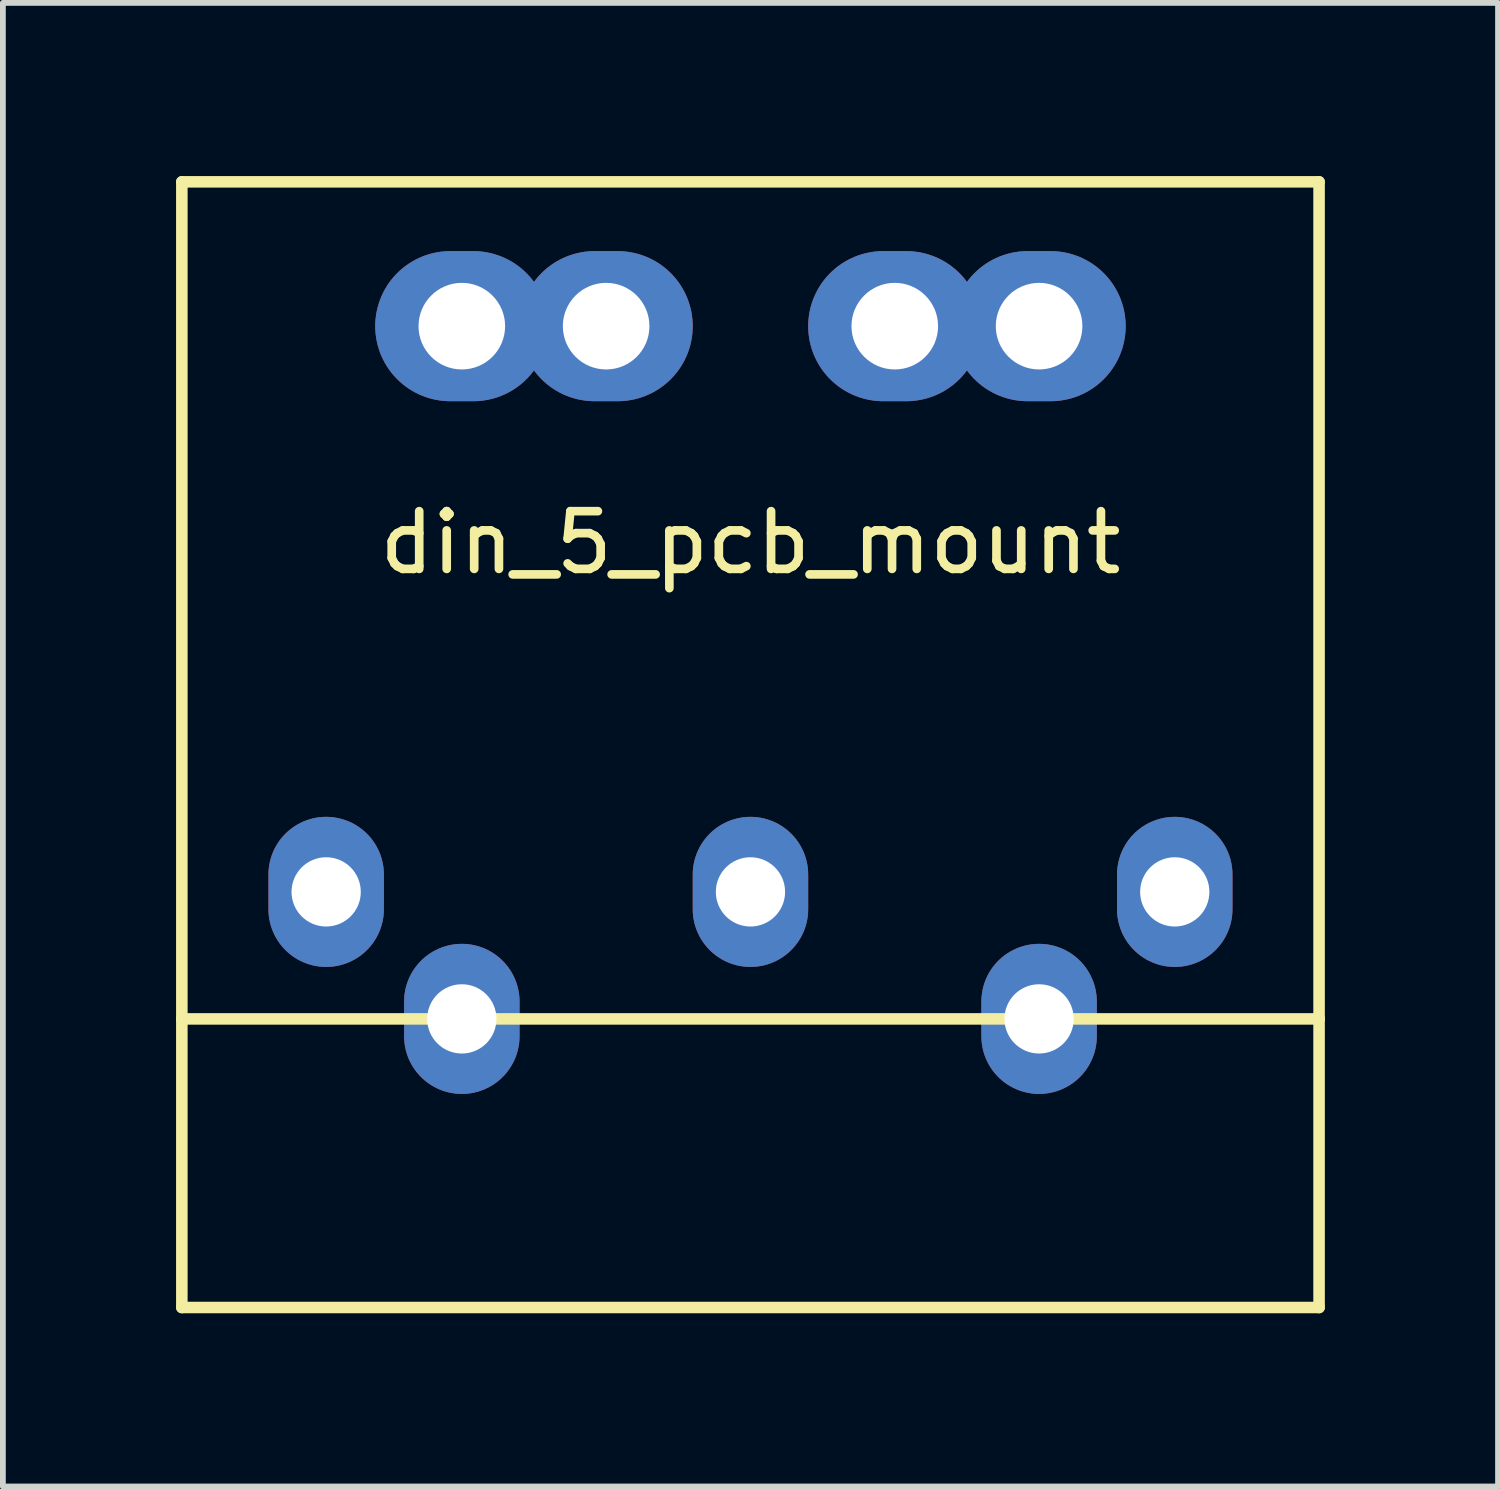
<source format=kicad_pcb>
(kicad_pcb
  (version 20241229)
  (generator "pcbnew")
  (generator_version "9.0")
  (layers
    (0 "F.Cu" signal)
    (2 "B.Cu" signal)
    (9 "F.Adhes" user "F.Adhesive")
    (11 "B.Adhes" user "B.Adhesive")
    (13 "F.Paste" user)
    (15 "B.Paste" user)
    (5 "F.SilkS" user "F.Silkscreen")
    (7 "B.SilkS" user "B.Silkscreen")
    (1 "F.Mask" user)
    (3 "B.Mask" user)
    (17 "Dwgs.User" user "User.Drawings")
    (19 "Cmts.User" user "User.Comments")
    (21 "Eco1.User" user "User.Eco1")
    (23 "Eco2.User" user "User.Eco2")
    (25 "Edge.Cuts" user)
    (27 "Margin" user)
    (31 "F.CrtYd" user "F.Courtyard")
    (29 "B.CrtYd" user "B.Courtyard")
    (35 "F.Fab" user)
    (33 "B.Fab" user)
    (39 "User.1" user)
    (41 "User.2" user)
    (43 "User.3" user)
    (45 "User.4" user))
  (footprint "din_5_pcb_mount"
    (layer "F.Cu")
    (at 9.95 7.35)
    (property "Reference" "din_5_pcb_mount" (at 0 -1 0) (layer "F.SilkS") (effects (font (size 1 1) (thickness 0.15))))
    (attr through_hole)
    (fp_line (start -9.85 -7.25) (end -9.85 7.25) (stroke (width 0.2) (type solid)) (layer "F.SilkS"))
    (fp_line (start -9.85 7.25) (end -9.85 12.25) (stroke (width 0.2) (type solid)) (layer "F.SilkS"))
    (fp_line (start -9.85 7.25) (end 9.85 7.25) (stroke (width 0.2) (type solid)) (layer "F.SilkS"))
    (fp_line (start 9.85 -7.25) (end -9.85 -7.25) (stroke (width 0.2) (type solid)) (layer "F.SilkS"))
    (fp_line (start 9.85 7.25) (end 9.85 -7.25) (stroke (width 0.2) (type solid)) (layer "F.SilkS"))
    (fp_line (start 9.85 7.25) (end 9.85 12.25) (stroke (width 0.2) (type solid)) (layer "F.SilkS"))
    (fp_line (start 9.85 12.25) (end -9.85 12.25) (stroke (width 0.2) (type solid)) (layer "F.SilkS"))
    (pad "1" thru_hole oval (at -7.35 5.05) (size 2 2.6) (drill 1.2) (layers "*.Cu" "*.Mask"))
    (pad "2" thru_hole oval (at 0 5.05) (size 2 2.6) (drill 1.2) (layers "*.Cu" "*.Mask"))
    (pad "3" thru_hole oval (at 7.35 5.05) (size 2 2.6) (drill 1.2) (layers "*.Cu" "*.Mask"))
    (pad "4" thru_hole oval (at -5 7.25) (size 2 2.6) (drill 1.2) (layers "*.Cu" "*.Mask"))
    (pad "5" thru_hole oval (at 5 7.25) (size 2 2.6) (drill 1.2) (layers "*.Cu" "*.Mask"))
    (pad "S1" thru_hole oval (at -5 -4.75) (size 3 2.6) (drill 1.5) (layers "*.Cu" "*.Mask"))
    (pad "S1" thru_hole oval (at -2.5 -4.75) (size 3 2.6) (drill 1.5) (layers "*.Cu" "*.Mask"))
    (pad "S1" thru_hole oval (at 2.5 -4.75) (size 3 2.6) (drill 1.5) (layers "*.Cu" "*.Mask"))
    (pad "S1" thru_hole oval (at 5 -4.75) (size 3 2.6) (drill 1.5) (layers "*.Cu" "*.Mask")))
  (gr_rect
    (start -3 -3)
    (end 22.9 22.7)
    (stroke (width 0.1) (type default))
    (fill no)
    (layer "Edge.Cuts")))
</source>
